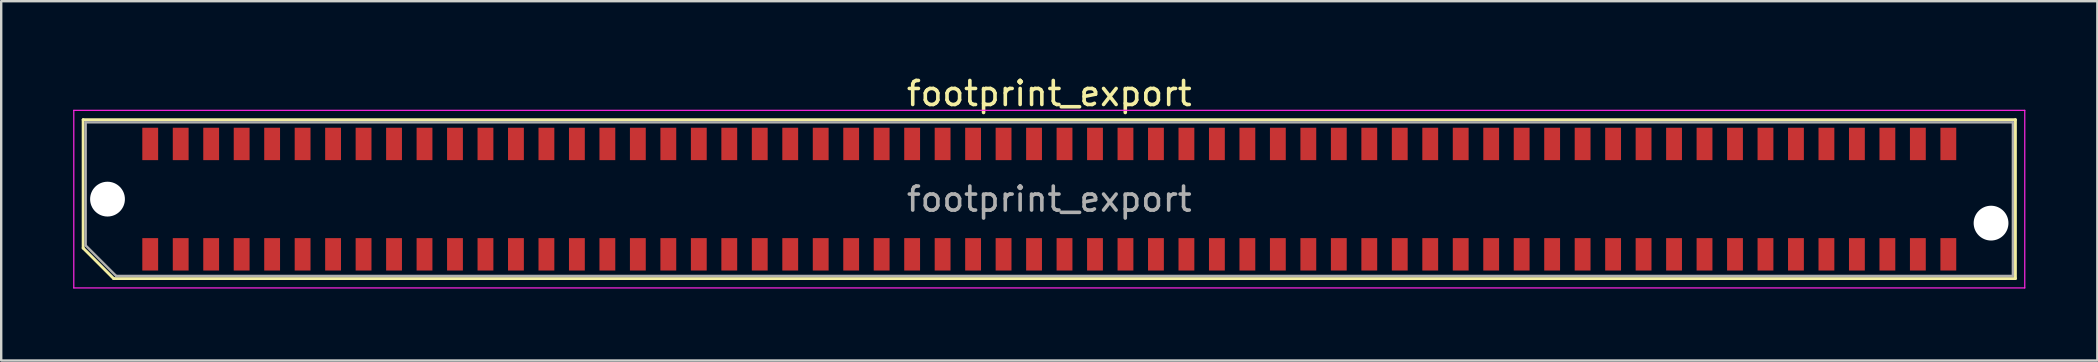
<source format=kicad_pcb>
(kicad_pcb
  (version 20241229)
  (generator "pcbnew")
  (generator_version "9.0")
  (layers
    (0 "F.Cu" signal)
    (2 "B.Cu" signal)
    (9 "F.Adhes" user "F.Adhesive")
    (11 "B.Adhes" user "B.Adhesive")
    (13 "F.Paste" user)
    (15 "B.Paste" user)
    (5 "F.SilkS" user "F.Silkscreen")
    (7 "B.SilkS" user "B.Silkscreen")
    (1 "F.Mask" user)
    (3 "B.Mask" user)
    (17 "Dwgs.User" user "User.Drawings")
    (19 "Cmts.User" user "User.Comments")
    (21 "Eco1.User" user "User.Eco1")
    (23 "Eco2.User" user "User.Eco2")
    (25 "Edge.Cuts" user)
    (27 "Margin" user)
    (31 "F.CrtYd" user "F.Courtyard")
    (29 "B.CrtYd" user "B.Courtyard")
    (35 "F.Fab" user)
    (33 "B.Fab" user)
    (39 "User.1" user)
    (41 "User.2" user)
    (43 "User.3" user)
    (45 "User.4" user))
  (footprint "footprint_export"
    (layer "F.Cu")
    (at 40.675 5.248)
    (property "Reference" "footprint_export" (at 0 -4.4 0) (layer "F.SilkS") (effects (font (size 1 1) (thickness 0.15))))
    (attr smd)
    (fp_line (start -40.26 -3.31) (end 40.26 -3.31) (stroke (width 0.12) (type solid)) (layer "F.SilkS"))
    (fp_line (start -40.26 2.04) (end -40.26 -3.31) (stroke (width 0.12) (type solid)) (layer "F.SilkS"))
    (fp_line (start -38.99 3.31) (end -40.26 2.04) (stroke (width 0.12) (type solid)) (layer "F.SilkS"))
    (fp_line (start -38.99 3.31) (end 40.26 3.31) (stroke (width 0.12) (type solid)) (layer "F.SilkS"))
    (fp_line (start 40.26 3.31) (end 40.26 -3.31) (stroke (width 0.12) (type solid)) (layer "F.SilkS"))
    (fp_line (start -40.65 -3.7) (end -40.65 3.7) (stroke (width 0.05) (type solid)) (layer "F.CrtYd"))
    (fp_line (start -40.65 3.7) (end 40.65 3.7) (stroke (width 0.05) (type solid)) (layer "F.CrtYd"))
    (fp_line (start 40.65 -3.7) (end -40.65 -3.7) (stroke (width 0.05) (type solid)) (layer "F.CrtYd"))
    (fp_line (start 40.65 3.7) (end 40.65 -3.7) (stroke (width 0.05) (type solid)) (layer "F.CrtYd"))
    (fp_line (start -40.155 -3.2) (end 40.155 -3.2) (stroke (width 0.1) (type solid)) (layer "F.Fab"))
    (fp_line (start -40.155 1.93) (end -40.155 -3.2) (stroke (width 0.1) (type solid)) (layer "F.Fab"))
    (fp_line (start -40.155 1.93) (end -38.885 3.2) (stroke (width 0.1) (type solid)) (layer "F.Fab"))
    (fp_line (start -38.885 3.2) (end 40.155 3.2) (stroke (width 0.1) (type solid)) (layer "F.Fab"))
    (fp_line (start 40.155 3.2) (end 40.155 -3.2) (stroke (width 0.1) (type solid)) (layer "F.Fab"))
    (fp_text user "${REFERENCE}" (at 0 0 0) (layer "F.Fab") (effects (font (size 1 1) (thickness 0.15))))
    (pad "" np_thru_hole circle (at -39.245 0) (size 1.45 1.45) (drill 1.45) (layers "*.Cu" "*.Mask"))
    (pad "" np_thru_hole circle (at 39.245 1) (size 1.45 1.45) (drill 1.45) (layers "*.Cu" "*.Mask"))
    (pad "1" smd rect (at -37.465 2.3) (size 0.66 1.35) (layers "F.Cu" "F.Mask" "F.Paste"))
    (pad "2" smd rect (at -37.465 -2.3) (size 0.66 1.35) (layers "F.Cu" "F.Mask" "F.Paste"))
    (pad "3" smd rect (at -36.195 2.3) (size 0.66 1.35) (layers "F.Cu" "F.Mask" "F.Paste"))
    (pad "4" smd rect (at -36.195 -2.3) (size 0.66 1.35) (layers "F.Cu" "F.Mask" "F.Paste"))
    (pad "5" smd rect (at -34.925 2.3) (size 0.66 1.35) (layers "F.Cu" "F.Mask" "F.Paste"))
    (pad "6" smd rect (at -34.925 -2.3) (size 0.66 1.35) (layers "F.Cu" "F.Mask" "F.Paste"))
    (pad "7" smd rect (at -33.655 2.3) (size 0.66 1.35) (layers "F.Cu" "F.Mask" "F.Paste"))
    (pad "8" smd rect (at -33.655 -2.3) (size 0.66 1.35) (layers "F.Cu" "F.Mask" "F.Paste"))
    (pad "9" smd rect (at -32.385 2.3) (size 0.66 1.35) (layers "F.Cu" "F.Mask" "F.Paste"))
    (pad "10" smd rect (at -32.385 -2.3) (size 0.66 1.35) (layers "F.Cu" "F.Mask" "F.Paste"))
    (pad "11" smd rect (at -31.115 2.3) (size 0.66 1.35) (layers "F.Cu" "F.Mask" "F.Paste"))
    (pad "12" smd rect (at -31.115 -2.3) (size 0.66 1.35) (layers "F.Cu" "F.Mask" "F.Paste"))
    (pad "13" smd rect (at -29.845 2.3) (size 0.66 1.35) (layers "F.Cu" "F.Mask" "F.Paste"))
    (pad "14" smd rect (at -29.845 -2.3) (size 0.66 1.35) (layers "F.Cu" "F.Mask" "F.Paste"))
    (pad "15" smd rect (at -28.575 2.3) (size 0.66 1.35) (layers "F.Cu" "F.Mask" "F.Paste"))
    (pad "16" smd rect (at -28.575 -2.3) (size 0.66 1.35) (layers "F.Cu" "F.Mask" "F.Paste"))
    (pad "17" smd rect (at -27.305 2.3) (size 0.66 1.35) (layers "F.Cu" "F.Mask" "F.Paste"))
    (pad "18" smd rect (at -27.305 -2.3) (size 0.66 1.35) (layers "F.Cu" "F.Mask" "F.Paste"))
    (pad "19" smd rect (at -26.035 2.3) (size 0.66 1.35) (layers "F.Cu" "F.Mask" "F.Paste"))
    (pad "20" smd rect (at -26.035 -2.3) (size 0.66 1.35) (layers "F.Cu" "F.Mask" "F.Paste"))
    (pad "21" smd rect (at -24.765 2.3) (size 0.66 1.35) (layers "F.Cu" "F.Mask" "F.Paste"))
    (pad "22" smd rect (at -24.765 -2.3) (size 0.66 1.35) (layers "F.Cu" "F.Mask" "F.Paste"))
    (pad "23" smd rect (at -23.495 2.3) (size 0.66 1.35) (layers "F.Cu" "F.Mask" "F.Paste"))
    (pad "24" smd rect (at -23.495 -2.3) (size 0.66 1.35) (layers "F.Cu" "F.Mask" "F.Paste"))
    (pad "25" smd rect (at -22.225 2.3) (size 0.66 1.35) (layers "F.Cu" "F.Mask" "F.Paste"))
    (pad "26" smd rect (at -22.225 -2.3) (size 0.66 1.35) (layers "F.Cu" "F.Mask" "F.Paste"))
    (pad "27" smd rect (at -20.955 2.3) (size 0.66 1.35) (layers "F.Cu" "F.Mask" "F.Paste"))
    (pad "28" smd rect (at -20.955 -2.3) (size 0.66 1.35) (layers "F.Cu" "F.Mask" "F.Paste"))
    (pad "29" smd rect (at -19.685 2.3) (size 0.66 1.35) (layers "F.Cu" "F.Mask" "F.Paste"))
    (pad "30" smd rect (at -19.685 -2.3) (size 0.66 1.35) (layers "F.Cu" "F.Mask" "F.Paste"))
    (pad "31" smd rect (at -18.415 2.3) (size 0.66 1.35) (layers "F.Cu" "F.Mask" "F.Paste"))
    (pad "32" smd rect (at -18.415 -2.3) (size 0.66 1.35) (layers "F.Cu" "F.Mask" "F.Paste"))
    (pad "33" smd rect (at -17.145 2.3) (size 0.66 1.35) (layers "F.Cu" "F.Mask" "F.Paste"))
    (pad "34" smd rect (at -17.145 -2.3) (size 0.66 1.35) (layers "F.Cu" "F.Mask" "F.Paste"))
    (pad "35" smd rect (at -15.875 2.3) (size 0.66 1.35) (layers "F.Cu" "F.Mask" "F.Paste"))
    (pad "36" smd rect (at -15.875 -2.3) (size 0.66 1.35) (layers "F.Cu" "F.Mask" "F.Paste"))
    (pad "37" smd rect (at -14.605 2.3) (size 0.66 1.35) (layers "F.Cu" "F.Mask" "F.Paste"))
    (pad "38" smd rect (at -14.605 -2.3) (size 0.66 1.35) (layers "F.Cu" "F.Mask" "F.Paste"))
    (pad "39" smd rect (at -13.335 2.3) (size 0.66 1.35) (layers "F.Cu" "F.Mask" "F.Paste"))
    (pad "40" smd rect (at -13.335 -2.3) (size 0.66 1.35) (layers "F.Cu" "F.Mask" "F.Paste"))
    (pad "41" smd rect (at -12.065 2.3) (size 0.66 1.35) (layers "F.Cu" "F.Mask" "F.Paste"))
    (pad "42" smd rect (at -12.065 -2.3) (size 0.66 1.35) (layers "F.Cu" "F.Mask" "F.Paste"))
    (pad "43" smd rect (at -10.795 2.3) (size 0.66 1.35) (layers "F.Cu" "F.Mask" "F.Paste"))
    (pad "44" smd rect (at -10.795 -2.3) (size 0.66 1.35) (layers "F.Cu" "F.Mask" "F.Paste"))
    (pad "45" smd rect (at -9.525 2.3) (size 0.66 1.35) (layers "F.Cu" "F.Mask" "F.Paste"))
    (pad "46" smd rect (at -9.525 -2.3) (size 0.66 1.35) (layers "F.Cu" "F.Mask" "F.Paste"))
    (pad "47" smd rect (at -8.255 2.3) (size 0.66 1.35) (layers "F.Cu" "F.Mask" "F.Paste"))
    (pad "48" smd rect (at -8.255 -2.3) (size 0.66 1.35) (layers "F.Cu" "F.Mask" "F.Paste"))
    (pad "49" smd rect (at -6.985 2.3) (size 0.66 1.35) (layers "F.Cu" "F.Mask" "F.Paste"))
    (pad "50" smd rect (at -6.985 -2.3) (size 0.66 1.35) (layers "F.Cu" "F.Mask" "F.Paste"))
    (pad "51" smd rect (at -5.715 2.3) (size 0.66 1.35) (layers "F.Cu" "F.Mask" "F.Paste"))
    (pad "52" smd rect (at -5.715 -2.3) (size 0.66 1.35) (layers "F.Cu" "F.Mask" "F.Paste"))
    (pad "53" smd rect (at -4.445 2.3) (size 0.66 1.35) (layers "F.Cu" "F.Mask" "F.Paste"))
    (pad "54" smd rect (at -4.445 -2.3) (size 0.66 1.35) (layers "F.Cu" "F.Mask" "F.Paste"))
    (pad "55" smd rect (at -3.175 2.3) (size 0.66 1.35) (layers "F.Cu" "F.Mask" "F.Paste"))
    (pad "56" smd rect (at -3.175 -2.3) (size 0.66 1.35) (layers "F.Cu" "F.Mask" "F.Paste"))
    (pad "57" smd rect (at -1.905 2.3) (size 0.66 1.35) (layers "F.Cu" "F.Mask" "F.Paste"))
    (pad "58" smd rect (at -1.905 -2.3) (size 0.66 1.35) (layers "F.Cu" "F.Mask" "F.Paste"))
    (pad "59" smd rect (at -0.635 2.3) (size 0.66 1.35) (layers "F.Cu" "F.Mask" "F.Paste"))
    (pad "60" smd rect (at -0.635 -2.3) (size 0.66 1.35) (layers "F.Cu" "F.Mask" "F.Paste"))
    (pad "61" smd rect (at 0.635 2.3) (size 0.66 1.35) (layers "F.Cu" "F.Mask" "F.Paste"))
    (pad "62" smd rect (at 0.635 -2.3) (size 0.66 1.35) (layers "F.Cu" "F.Mask" "F.Paste"))
    (pad "63" smd rect (at 1.905 2.3) (size 0.66 1.35) (layers "F.Cu" "F.Mask" "F.Paste"))
    (pad "64" smd rect (at 1.905 -2.3) (size 0.66 1.35) (layers "F.Cu" "F.Mask" "F.Paste"))
    (pad "65" smd rect (at 3.175 2.3) (size 0.66 1.35) (layers "F.Cu" "F.Mask" "F.Paste"))
    (pad "66" smd rect (at 3.175 -2.3) (size 0.66 1.35) (layers "F.Cu" "F.Mask" "F.Paste"))
    (pad "67" smd rect (at 4.445 2.3) (size 0.66 1.35) (layers "F.Cu" "F.Mask" "F.Paste"))
    (pad "68" smd rect (at 4.445 -2.3) (size 0.66 1.35) (layers "F.Cu" "F.Mask" "F.Paste"))
    (pad "69" smd rect (at 5.715 2.3) (size 0.66 1.35) (layers "F.Cu" "F.Mask" "F.Paste"))
    (pad "70" smd rect (at 5.715 -2.3) (size 0.66 1.35) (layers "F.Cu" "F.Mask" "F.Paste"))
    (pad "71" smd rect (at 6.985 2.3) (size 0.66 1.35) (layers "F.Cu" "F.Mask" "F.Paste"))
    (pad "72" smd rect (at 6.985 -2.3) (size 0.66 1.35) (layers "F.Cu" "F.Mask" "F.Paste"))
    (pad "73" smd rect (at 8.255 2.3) (size 0.66 1.35) (layers "F.Cu" "F.Mask" "F.Paste"))
    (pad "74" smd rect (at 8.255 -2.3) (size 0.66 1.35) (layers "F.Cu" "F.Mask" "F.Paste"))
    (pad "75" smd rect (at 9.525 2.3) (size 0.66 1.35) (layers "F.Cu" "F.Mask" "F.Paste"))
    (pad "76" smd rect (at 9.525 -2.3) (size 0.66 1.35) (layers "F.Cu" "F.Mask" "F.Paste"))
    (pad "77" smd rect (at 10.795 2.3) (size 0.66 1.35) (layers "F.Cu" "F.Mask" "F.Paste"))
    (pad "78" smd rect (at 10.795 -2.3) (size 0.66 1.35) (layers "F.Cu" "F.Mask" "F.Paste"))
    (pad "79" smd rect (at 12.065 2.3) (size 0.66 1.35) (layers "F.Cu" "F.Mask" "F.Paste"))
    (pad "80" smd rect (at 12.065 -2.3) (size 0.66 1.35) (layers "F.Cu" "F.Mask" "F.Paste"))
    (pad "81" smd rect (at 13.335 2.3) (size 0.66 1.35) (layers "F.Cu" "F.Mask" "F.Paste"))
    (pad "82" smd rect (at 13.335 -2.3) (size 0.66 1.35) (layers "F.Cu" "F.Mask" "F.Paste"))
    (pad "83" smd rect (at 14.605 2.3) (size 0.66 1.35) (layers "F.Cu" "F.Mask" "F.Paste"))
    (pad "84" smd rect (at 14.605 -2.3) (size 0.66 1.35) (layers "F.Cu" "F.Mask" "F.Paste"))
    (pad "85" smd rect (at 15.875 2.3) (size 0.66 1.35) (layers "F.Cu" "F.Mask" "F.Paste"))
    (pad "86" smd rect (at 15.875 -2.3) (size 0.66 1.35) (layers "F.Cu" "F.Mask" "F.Paste"))
    (pad "87" smd rect (at 17.145 2.3) (size 0.66 1.35) (layers "F.Cu" "F.Mask" "F.Paste"))
    (pad "88" smd rect (at 17.145 -2.3) (size 0.66 1.35) (layers "F.Cu" "F.Mask" "F.Paste"))
    (pad "89" smd rect (at 18.415 2.3) (size 0.66 1.35) (layers "F.Cu" "F.Mask" "F.Paste"))
    (pad "90" smd rect (at 18.415 -2.3) (size 0.66 1.35) (layers "F.Cu" "F.Mask" "F.Paste"))
    (pad "91" smd rect (at 19.685 2.3) (size 0.66 1.35) (layers "F.Cu" "F.Mask" "F.Paste"))
    (pad "92" smd rect (at 19.685 -2.3) (size 0.66 1.35) (layers "F.Cu" "F.Mask" "F.Paste"))
    (pad "93" smd rect (at 20.955 2.3) (size 0.66 1.35) (layers "F.Cu" "F.Mask" "F.Paste"))
    (pad "94" smd rect (at 20.955 -2.3) (size 0.66 1.35) (layers "F.Cu" "F.Mask" "F.Paste"))
    (pad "95" smd rect (at 22.225 2.3) (size 0.66 1.35) (layers "F.Cu" "F.Mask" "F.Paste"))
    (pad "96" smd rect (at 22.225 -2.3) (size 0.66 1.35) (layers "F.Cu" "F.Mask" "F.Paste"))
    (pad "97" smd rect (at 23.495 2.3) (size 0.66 1.35) (layers "F.Cu" "F.Mask" "F.Paste"))
    (pad "98" smd rect (at 23.495 -2.3) (size 0.66 1.35) (layers "F.Cu" "F.Mask" "F.Paste"))
    (pad "99" smd rect (at 24.765 2.3) (size 0.66 1.35) (layers "F.Cu" "F.Mask" "F.Paste"))
    (pad "100" smd rect (at 24.765 -2.3) (size 0.66 1.35) (layers "F.Cu" "F.Mask" "F.Paste"))
    (pad "101" smd rect (at 26.035 2.3) (size 0.66 1.35) (layers "F.Cu" "F.Mask" "F.Paste"))
    (pad "102" smd rect (at 26.035 -2.3) (size 0.66 1.35) (layers "F.Cu" "F.Mask" "F.Paste"))
    (pad "103" smd rect (at 27.305 2.3) (size 0.66 1.35) (layers "F.Cu" "F.Mask" "F.Paste"))
    (pad "104" smd rect (at 27.305 -2.3) (size 0.66 1.35) (layers "F.Cu" "F.Mask" "F.Paste"))
    (pad "105" smd rect (at 28.575 2.3) (size 0.66 1.35) (layers "F.Cu" "F.Mask" "F.Paste"))
    (pad "106" smd rect (at 28.575 -2.3) (size 0.66 1.35) (layers "F.Cu" "F.Mask" "F.Paste"))
    (pad "107" smd rect (at 29.845 2.3) (size 0.66 1.35) (layers "F.Cu" "F.Mask" "F.Paste"))
    (pad "108" smd rect (at 29.845 -2.3) (size 0.66 1.35) (layers "F.Cu" "F.Mask" "F.Paste"))
    (pad "109" smd rect (at 31.115 2.3) (size 0.66 1.35) (layers "F.Cu" "F.Mask" "F.Paste"))
    (pad "110" smd rect (at 31.115 -2.3) (size 0.66 1.35) (layers "F.Cu" "F.Mask" "F.Paste"))
    (pad "111" smd rect (at 32.385 2.3) (size 0.66 1.35) (layers "F.Cu" "F.Mask" "F.Paste"))
    (pad "112" smd rect (at 32.385 -2.3) (size 0.66 1.35) (layers "F.Cu" "F.Mask" "F.Paste"))
    (pad "113" smd rect (at 33.655 2.3) (size 0.66 1.35) (layers "F.Cu" "F.Mask" "F.Paste"))
    (pad "114" smd rect (at 33.655 -2.3) (size 0.66 1.35) (layers "F.Cu" "F.Mask" "F.Paste"))
    (pad "115" smd rect (at 34.925 2.3) (size 0.66 1.35) (layers "F.Cu" "F.Mask" "F.Paste"))
    (pad "116" smd rect (at 34.925 -2.3) (size 0.66 1.35) (layers "F.Cu" "F.Mask" "F.Paste"))
    (pad "117" smd rect (at 36.195 2.3) (size 0.66 1.35) (layers "F.Cu" "F.Mask" "F.Paste"))
    (pad "118" smd rect (at 36.195 -2.3) (size 0.66 1.35) (layers "F.Cu" "F.Mask" "F.Paste"))
    (pad "119" smd rect (at 37.465 2.3) (size 0.66 1.35) (layers "F.Cu" "F.Mask" "F.Paste"))
    (pad "120" smd rect (at 37.465 -2.3) (size 0.66 1.35) (layers "F.Cu" "F.Mask" "F.Paste")))
  (gr_rect
    (start -3 -3)
    (end 84.35 11.973)
    (stroke (width 0.1) (type default))
    (fill no)
    (layer "Edge.Cuts")))
</source>
